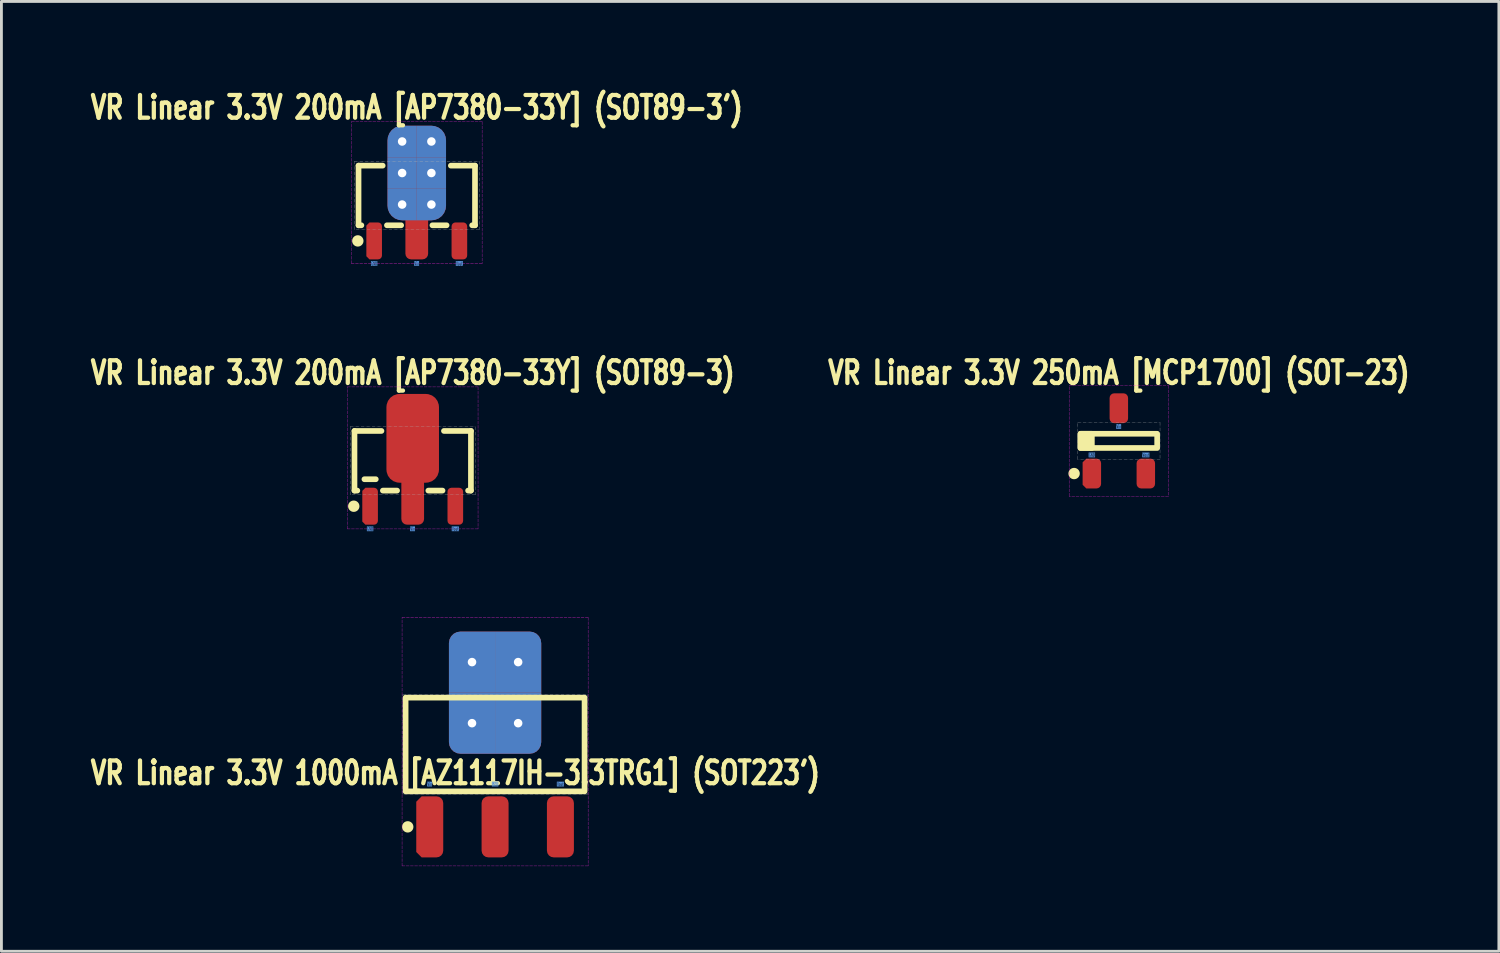
<source format=kicad_pcb>
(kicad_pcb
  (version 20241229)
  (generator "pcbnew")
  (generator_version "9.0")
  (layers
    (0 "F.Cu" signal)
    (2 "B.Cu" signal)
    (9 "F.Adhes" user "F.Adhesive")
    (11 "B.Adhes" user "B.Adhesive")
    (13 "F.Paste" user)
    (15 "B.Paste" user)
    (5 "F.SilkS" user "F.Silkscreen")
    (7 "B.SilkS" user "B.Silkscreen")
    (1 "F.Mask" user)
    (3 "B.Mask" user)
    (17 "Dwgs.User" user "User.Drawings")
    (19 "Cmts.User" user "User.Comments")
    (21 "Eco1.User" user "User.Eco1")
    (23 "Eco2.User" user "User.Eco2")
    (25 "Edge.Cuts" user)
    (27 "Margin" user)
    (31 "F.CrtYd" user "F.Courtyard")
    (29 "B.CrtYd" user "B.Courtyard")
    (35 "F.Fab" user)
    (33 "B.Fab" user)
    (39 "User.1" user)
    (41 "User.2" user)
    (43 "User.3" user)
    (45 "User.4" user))
  (footprint "VR Linear 3.3V 250mA [MCP1700] (SOT-23)"
    (layer "F.Cu")
    (at 36.338 12.471)
    (property "Reference" "VR Linear 3.3V 250mA [MCP1700] (SOT-23)" (at 0 -2.4 0) (layer "F.SilkS") (effects (font (size 0.8 0.6) (thickness 0.15))))
    (attr smd)
    (fp_rect (start -1.35 -0.25) (end -0.95 0.25) (stroke (width 0.2) (type solid)) (fill yes) (layer "F.SilkS"))
    (fp_rect (start -1.35 -0.25) (end 1.35 0.25) (stroke (width 0.2) (type default)) (fill no) (layer "F.SilkS"))
    (fp_circle (center -1.575 1.15) (end -1.425 1.15) (stroke (width 0.1) (type solid)) (fill yes) (layer "F.SilkS"))
    (fp_rect (start -1.75 -1.95) (end 1.75 1.95) (stroke (width 0.01) (type dash)) (fill no) (layer "F.CrtYd"))
    (fp_rect (start -1.45 -0.65) (end 1.45 0.65) (stroke (width 0.01) (type dash_dot)) (fill no) (layer "F.Fab"))
    (fp_text user "GND" (at -0.95 0.5 0) (layer "Cmts.User" knockout) (effects (font (size 0.13 0.07) (thickness 0.01) (bold yes))))
    (fp_text user "Vout" (at 0.95 0.5 0) (layer "Cmts.User" knockout) (effects (font (size 0.13 0.07) (thickness 0.01) (bold yes))))
    (fp_text user "Vin" (at 0 -0.5 0) (layer "Cmts.User" knockout) (effects (font (size 0.13 0.07) (thickness 0.01) (bold yes))))
    (pad "1" smd roundrect (at -0.95 1.15) (size 0.65 1.05) (layers "F.Cu" "F.Mask" "F.Paste") (roundrect_rratio 0.25) (chamfer_ratio 0.2) (chamfer top_left bottom_left))
    (pad "2" smd roundrect (at 0.95 1.15) (size 0.65 1.05) (layers "F.Cu" "F.Mask" "F.Paste") (roundrect_rratio 0.25))
    (pad "3" smd roundrect (at 0 -1.15) (size 0.65 1.05) (layers "F.Cu" "F.Mask" "F.Paste") (roundrect_rratio 0.25)))
  (footprint "VR Linear 3.3V 1000mA [AZ1117IH-3.3TRG1] (SOT223')"
    (layer "F.Cu")
    (at 14.379 23.159)
    (property "Reference" "VR Linear 3.3V 1000mA [AZ1117IH-3.3TRG1] (SOT223')" (at -1.4 1 0) (layer "F.SilkS") (effects (font (size 0.8 0.6) (thickness 0.15))))
    (attr smd)
    (fp_rect (start -3.15 -1.65) (end 3.15 1.65) (stroke (width 0.2) (type default)) (fill no) (layer "F.SilkS"))
    (fp_circle (center -3.075 2.9) (end -2.925 2.9) (stroke (width 0.1) (type solid)) (fill yes) (layer "F.SilkS"))
    (fp_rect (start -3.275 -4.475) (end 3.275 4.275) (stroke (width 0.01) (type dash)) (fill no) (layer "F.CrtYd"))
    (fp_rect (start -3.25 -1.75) (end 3.25 1.75) (stroke (width 0.01) (type dash_dot)) (fill no) (layer "F.Fab"))
    (fp_text user "Vin" (at -2.3 1.4 0) (layer "Cmts.User" knockout) (effects (font (size 0.13 0.07) (thickness 0.01) (bold yes))))
    (fp_text user "Vout" (at 2.3 1.4 0) (layer "Cmts.User" knockout) (effects (font (size 0.13 0.07) (thickness 0.01) (bold yes))))
    (fp_text user "GND" (at 0 1.4 0) (layer "Cmts.User" knockout) (effects (font (size 0.13 0.07) (thickness 0.01) (bold yes))))
    (pad "1" smd roundrect (at -2.3 2.9) (size 0.95 2.15) (layers "F.Cu" "F.Mask" "F.Paste") (roundrect_rratio 0.25) (chamfer_ratio 0.2) (chamfer top_left bottom_left))
    (pad "2" thru_hole roundrect (at -0.812 -2.9) (size 1.625 2.15) (drill 0.3) (layers "*.Cu" "F.Mask" "F.Paste") (roundrect_rratio 0.25) (chamfer_ratio 0) (chamfer top_right bottom_left bottom_right))
    (pad "2" thru_hole roundrect (at -0.812 -0.75) (size 1.625 2.15) (drill 0.3) (layers "*.Cu") (roundrect_rratio 0.25) (chamfer_ratio 0) (chamfer top_left top_right bottom_right))
    (pad "2" smd roundrect (at 0 2.9) (size 0.95 2.15) (layers "F.Cu" "F.Mask" "F.Paste") (roundrect_rratio 0.25) (chamfer_ratio 0.2) (chamfer))
    (pad "2" thru_hole roundrect (at 0.812 -2.9) (size 1.625 2.15) (drill 0.3) (layers "*.Cu" "F.Mask" "F.Paste") (roundrect_rratio 0.25) (chamfer_ratio 0) (chamfer top_left bottom_left bottom_right))
    (pad "2" thru_hole roundrect (at 0.812 -0.75) (size 1.625 2.15) (drill 0.3) (layers "*.Cu") (roundrect_rratio 0.25) (chamfer_ratio 0) (chamfer top_left top_right bottom_left))
    (pad "3" smd roundrect (at 2.3 2.9) (size 0.95 2.15) (layers "F.Cu" "F.Mask" "F.Paste") (roundrect_rratio 0.25) (chamfer_ratio 0.2) (chamfer)))
  (footprint "VR Linear 3.3V 200mA [AP7380-33Y] (SOT89-3)"
    (layer "F.Cu")
    (at 11.479 14.771)
    (property "Reference" "VR Linear 3.3V 200mA [AP7380-33Y] (SOT89-3)" (at 0 -4.7 0) (layer "F.SilkS") (effects (font (size 0.8 0.6) (thickness 0.15))))
    (attr smd)
    (fp_line (start -2.05 -2.65) (end -1.1 -2.65) (stroke (width 0.2) (type default)) (layer "F.SilkS"))
    (fp_line (start -2.05 -0.55) (end -2.05 -2.65) (stroke (width 0.2) (type default)) (layer "F.SilkS"))
    (fp_line (start -2.05 -0.55) (end -1.95 -0.55) (stroke (width 0.2) (type default)) (layer "F.SilkS"))
    (fp_line (start -1.3 -0.95) (end -1.7 -0.95) (stroke (width 0.2) (type default)) (layer "F.SilkS"))
    (fp_line (start -1.05 -0.55) (end -0.55 -0.55) (stroke (width 0.2) (type default)) (layer "F.SilkS"))
    (fp_line (start 1.05 -0.55) (end 0.55 -0.55) (stroke (width 0.2) (type default)) (layer "F.SilkS"))
    (fp_line (start 2.05 -2.65) (end 1.1 -2.65) (stroke (width 0.2) (type default)) (layer "F.SilkS"))
    (fp_line (start 2.05 -0.55) (end 1.95 -0.55) (stroke (width 0.2) (type default)) (layer "F.SilkS"))
    (fp_line (start 2.05 -0.55) (end 2.05 -2.65) (stroke (width 0.2) (type default)) (layer "F.SilkS"))
    (fp_circle (center -2.075 0) (end -1.925 0) (stroke (width 0.1) (type solid)) (fill yes) (layer "F.SilkS"))
    (fp_rect (start -2.3 -4.2) (end 2.3 0.8) (stroke (width 0.01) (type dash)) (fill no) (layer "F.CrtYd"))
    (fp_rect (start -2.2 -2.8) (end 2.2 -0.4) (stroke (width 0.01) (type dash_dot)) (fill no) (layer "F.Fab"))
    (fp_text user "GND" (at -1.5 0.8 0) (layer "Cmts.User" knockout) (effects (font (size 0.13 0.07) (thickness 0.01) (bold yes))))
    (fp_text user "Vin" (at 0 0.8 0) (layer "Cmts.User" knockout) (effects (font (size 0.13 0.07) (thickness 0.01) (bold yes))))
    (fp_text user "Vout" (at 1.5 0.8 0) (layer "Cmts.User" knockout) (effects (font (size 0.13 0.07) (thickness 0.01) (bold yes))))
    (pad "1" smd roundrect (at -1.5 0) (size 0.55 1.3) (layers "F.Cu" "F.Mask" "F.Paste") (roundrect_rratio 0.25) (chamfer_ratio 0.2) (chamfer top_left bottom_left))
    (pad "2" smd roundrect (at 0 -2.39) (size 1.85 3.125) (layers "F.Cu" "F.Mask" "F.Paste") (roundrect_rratio 0.25))
    (pad "2" smd roundrect (at 0 -0.2) (size 0.8 1.7) (layers "F.Cu" "F.Mask" "F.Paste") (roundrect_rratio 0.25))
    (pad "3" smd roundrect (at 1.5 0) (size 0.55 1.3) (layers "F.Cu" "F.Mask" "F.Paste") (roundrect_rratio 0.25) (chamfer_ratio 0.2) (chamfer)))
  (footprint "VR Linear 3.3V 200mA [AP7380-33Y] (SOT89-3')"
    (layer "F.Cu")
    (at 11.622 5.431)
    (property "Reference" "VR Linear 3.3V 200mA [AP7380-33Y] (SOT89-3')" (at 0 -4.7 0) (layer "F.SilkS") (effects (font (size 0.8 0.6) (thickness 0.15))))
    (fp_line (start -2.05 -2.65) (end -1.2 -2.65) (stroke (width 0.2) (type default)) (layer "F.SilkS"))
    (fp_line (start -2.05 -0.55) (end -2.05 -2.65) (stroke (width 0.2) (type default)) (layer "F.SilkS"))
    (fp_line (start -2.05 -0.55) (end -1.95 -0.55) (stroke (width 0.2) (type default)) (layer "F.SilkS"))
    (fp_line (start -1.05 -0.55) (end -0.55 -0.55) (stroke (width 0.2) (type default)) (layer "F.SilkS"))
    (fp_line (start 1.05 -0.55) (end 0.55 -0.55) (stroke (width 0.2) (type default)) (layer "F.SilkS"))
    (fp_line (start 2.05 -2.65) (end 1.2 -2.65) (stroke (width 0.2) (type default)) (layer "F.SilkS"))
    (fp_line (start 2.05 -0.55) (end 1.95 -0.55) (stroke (width 0.2) (type default)) (layer "F.SilkS"))
    (fp_line (start 2.05 -0.55) (end 2.05 -2.65) (stroke (width 0.2) (type default)) (layer "F.SilkS"))
    (fp_circle (center -2.075 0) (end -1.925 0) (stroke (width 0.1) (type solid)) (fill yes) (layer "F.SilkS"))
    (fp_rect (start -2.3 -4.2) (end 2.3 0.8) (stroke (width 0.01) (type dash)) (fill no) (layer "F.CrtYd"))
    (fp_rect (start -2.2 -2.8) (end 2.2 -0.4) (stroke (width 0.01) (type dash_dot)) (fill no) (layer "F.Fab"))
    (fp_text user "GND" (at -1.5 0.8 0) (layer "Cmts.User" knockout) (effects (font (size 0.13 0.07) (thickness 0.01) (bold yes))))
    (fp_text user "Vout" (at 1.5 0.8 0) (layer "Cmts.User" knockout) (effects (font (size 0.13 0.07) (thickness 0.01) (bold yes))))
    (fp_text user "Vin" (at 0 0.8 0) (layer "Cmts.User" knockout) (effects (font (size 0.13 0.07) (thickness 0.01) (bold yes))))
    (pad "1" smd roundrect (at -1.5 0) (size 0.55 1.3) (layers "F.Cu" "F.Mask" "F.Paste") (roundrect_rratio 0.25) (chamfer_ratio 0.2) (chamfer top_left bottom_left))
    (pad "2" thru_hole roundrect (at -0.515 -3.5) (size 1.03 1.11) (drill 0.3) (layers "*.Cu" "F.Mask" "F.Paste") (roundrect_rratio 0.5) (chamfer_ratio 0) (chamfer top_right bottom_left bottom_right))
    (pad "2" thru_hole rect (at -0.515 -2.39) (size 1.03 1.11) (drill 0.3) (layers "*.Cu" "F.Mask" "F.Paste"))
    (pad "2" thru_hole roundrect (at -0.515 -1.28) (size 1.03 1.11) (drill 0.3) (layers "*.Cu" "F.Mask" "F.Paste") (roundrect_rratio 0.5) (chamfer_ratio 0) (chamfer top_left top_right bottom_right))
    (pad "2" smd roundrect (at 0 -0.2) (size 0.8 1.7) (layers "F.Cu" "F.Mask" "F.Paste") (roundrect_rratio 0.25))
    (pad "2" thru_hole roundrect (at 0.515 -3.5) (size 1.03 1.11) (drill 0.3) (layers "*.Cu" "F.Mask" "F.Paste") (roundrect_rratio 0.5) (chamfer_ratio 0) (chamfer top_left bottom_left bottom_right))
    (pad "2" thru_hole rect (at 0.515 -2.39) (size 1.03 1.11) (drill 0.3) (layers "*.Cu" "F.Mask" "F.Paste"))
    (pad "2" thru_hole roundrect (at 0.515 -1.28) (size 1.03 1.11) (drill 0.3) (layers "*.Cu" "F.Mask" "F.Paste") (roundrect_rratio 0.5) (chamfer_ratio 0) (chamfer top_left top_right bottom_left))
    (pad "3" smd roundrect (at 1.5 0) (size 0.55 1.3) (layers "F.Cu" "F.Mask" "F.Paste") (roundrect_rratio 0.25) (chamfer_ratio 0.2) (chamfer)))
  (gr_rect
    (start -3 -3)
    (end 49.717 30.439)
    (stroke (width 0.1) (type default))
    (fill no)
    (layer "Edge.Cuts")))
</source>
